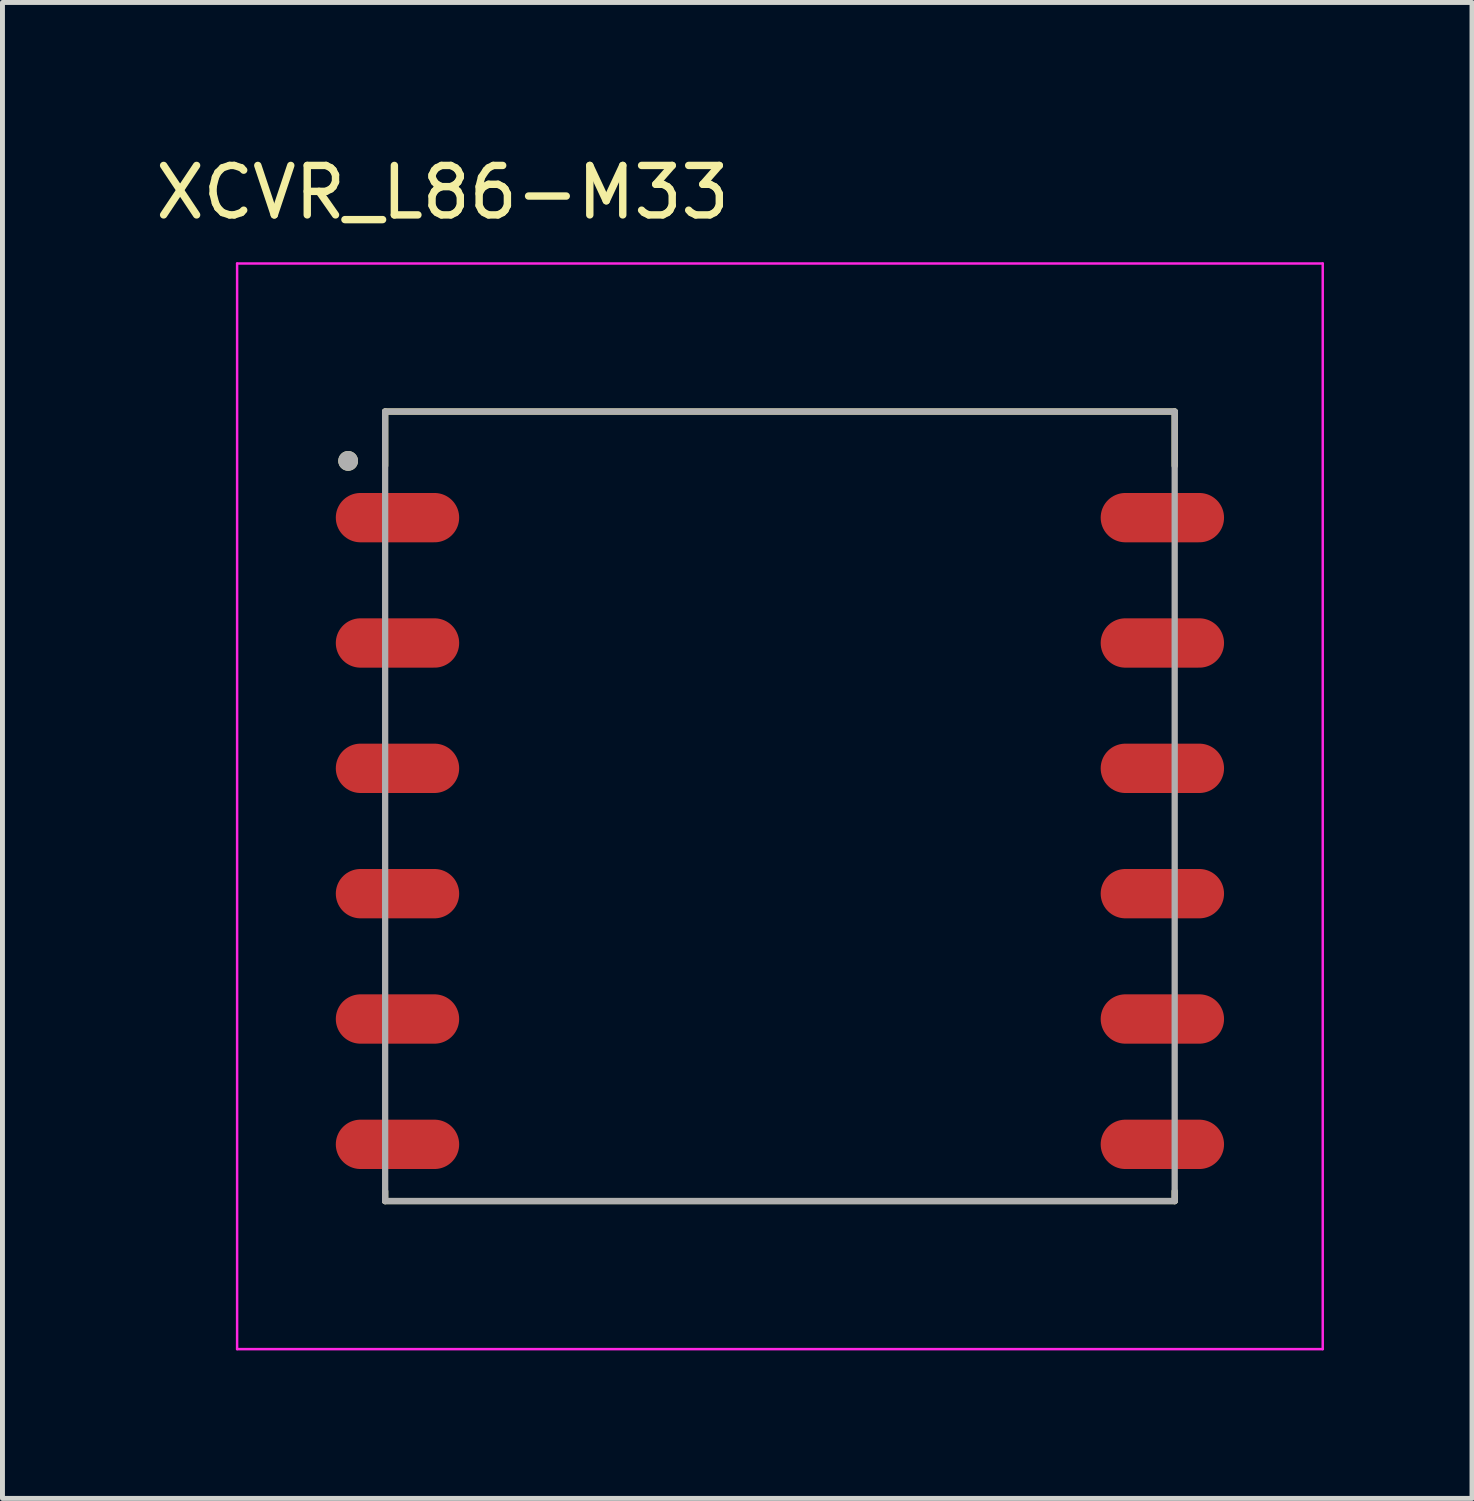
<source format=kicad_pcb>
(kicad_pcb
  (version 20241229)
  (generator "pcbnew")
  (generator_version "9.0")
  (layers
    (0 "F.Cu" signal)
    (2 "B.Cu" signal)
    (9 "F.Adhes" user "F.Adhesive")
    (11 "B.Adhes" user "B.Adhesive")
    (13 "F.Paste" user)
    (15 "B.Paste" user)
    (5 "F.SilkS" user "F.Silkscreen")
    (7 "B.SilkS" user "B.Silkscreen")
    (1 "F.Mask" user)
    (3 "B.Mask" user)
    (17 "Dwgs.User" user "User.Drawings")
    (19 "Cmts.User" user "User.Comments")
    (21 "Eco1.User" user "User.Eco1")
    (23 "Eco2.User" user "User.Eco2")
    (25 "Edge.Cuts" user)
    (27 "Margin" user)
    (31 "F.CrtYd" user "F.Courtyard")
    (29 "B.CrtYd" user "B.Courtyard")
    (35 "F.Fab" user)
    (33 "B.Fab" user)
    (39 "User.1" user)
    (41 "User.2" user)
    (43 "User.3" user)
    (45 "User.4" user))
  (footprint "XCVR_L86-M33"
    (layer "F.Cu")
    (at 12.755 13.79)
    (property "Reference" "XCVR_L86-M33" (at -6.835 -12.941 0) (layer "F.SilkS") (effects (font (size 1.002 1.002) (thickness 0.15))))
    (attr smd)
    (fp_line (start -8 -8.5) (end 8 -8.5) (stroke (width 0.127) (type solid)) (layer "F.SilkS"))
    (fp_line (start -8 -7.4) (end -8 -8.5) (stroke (width 0.127) (type solid)) (layer "F.SilkS"))
    (fp_line (start -8 7.3) (end -8 7.5) (stroke (width 0.127) (type solid)) (layer "F.SilkS"))
    (fp_line (start -8 7.5) (end 8 7.5) (stroke (width 0.127) (type solid)) (layer "F.SilkS"))
    (fp_line (start 8 -8.5) (end 8 -7.4) (stroke (width 0.127) (type solid)) (layer "F.SilkS"))
    (fp_line (start 8 7.5) (end 8 7.3) (stroke (width 0.127) (type solid)) (layer "F.SilkS"))
    (fp_circle (center -8.75 -7.5) (end -8.65 -7.5) (stroke (width 0.2) (type solid)) (fill no) (layer "F.SilkS"))
    (fp_poly (pts (xy 7.1 -6.85) (xy 8.9 -6.85) (xy 8.952 -6.847) (xy 9.004 -6.839) (xy 9.055 -6.826) (xy 9.103 -6.807) (xy 9.15 -6.783) (xy 9.194 -6.755) (xy 9.235 -6.722) (xy 9.272 -6.685) (xy 9.305 -6.644) (xy 9.333 -6.6) (xy 9.357 -6.553) (xy 9.376 -6.505) (xy 9.389 -6.454) (xy 9.397 -6.402) (xy 9.4 -6.35) (xy 9.397 -6.298) (xy 9.389 -6.246) (xy 9.376 -6.195) (xy 9.357 -6.147) (xy 9.333 -6.1) (xy 9.305 -6.056) (xy 9.272 -6.015) (xy 9.235 -5.978) (xy 9.194 -5.945) (xy 9.15 -5.917) (xy 9.103 -5.893) (xy 9.055 -5.874) (xy 9.004 -5.861) (xy 8.952 -5.853) (xy 8.9 -5.85) (xy 7.1 -5.85) (xy 7.048 -5.853) (xy 6.996 -5.861) (xy 6.945 -5.874) (xy 6.897 -5.893) (xy 6.85 -5.917) (xy 6.806 -5.945) (xy 6.765 -5.978) (xy 6.728 -6.015) (xy 6.695 -6.056) (xy 6.667 -6.1) (xy 6.643 -6.147) (xy 6.624 -6.195) (xy 6.611 -6.246) (xy 6.603 -6.298) (xy 6.6 -6.35) (xy 6.603 -6.402) (xy 6.611 -6.454) (xy 6.624 -6.505) (xy 6.643 -6.553) (xy 6.667 -6.6) (xy 6.695 -6.644) (xy 6.728 -6.685) (xy 6.765 -6.722) (xy 6.806 -6.755) (xy 6.85 -6.783) (xy 6.897 -6.807) (xy 6.945 -6.826) (xy 6.996 -6.839) (xy 7.048 -6.847) (xy 7.1 -6.85)) (stroke (width 0.01) (type solid)) (fill yes) (layer "F.Paste"))
    (fp_poly (pts (xy 7.1 -4.31) (xy 8.9 -4.31) (xy 8.952 -4.307) (xy 9.004 -4.299) (xy 9.055 -4.286) (xy 9.103 -4.267) (xy 9.15 -4.243) (xy 9.194 -4.215) (xy 9.235 -4.182) (xy 9.272 -4.145) (xy 9.305 -4.104) (xy 9.333 -4.06) (xy 9.357 -4.013) (xy 9.376 -3.965) (xy 9.389 -3.914) (xy 9.397 -3.862) (xy 9.4 -3.81) (xy 9.397 -3.758) (xy 9.389 -3.706) (xy 9.376 -3.655) (xy 9.357 -3.607) (xy 9.333 -3.56) (xy 9.305 -3.516) (xy 9.272 -3.475) (xy 9.235 -3.438) (xy 9.194 -3.405) (xy 9.15 -3.377) (xy 9.103 -3.353) (xy 9.055 -3.334) (xy 9.004 -3.321) (xy 8.952 -3.313) (xy 8.9 -3.31) (xy 7.1 -3.31) (xy 7.048 -3.313) (xy 6.996 -3.321) (xy 6.945 -3.334) (xy 6.897 -3.353) (xy 6.85 -3.377) (xy 6.806 -3.405) (xy 6.765 -3.438) (xy 6.728 -3.475) (xy 6.695 -3.516) (xy 6.667 -3.56) (xy 6.643 -3.607) (xy 6.624 -3.655) (xy 6.611 -3.706) (xy 6.603 -3.758) (xy 6.6 -3.81) (xy 6.603 -3.862) (xy 6.611 -3.914) (xy 6.624 -3.965) (xy 6.643 -4.013) (xy 6.667 -4.06) (xy 6.695 -4.104) (xy 6.728 -4.145) (xy 6.765 -4.182) (xy 6.806 -4.215) (xy 6.85 -4.243) (xy 6.897 -4.267) (xy 6.945 -4.286) (xy 6.996 -4.299) (xy 7.048 -4.307) (xy 7.1 -4.31)) (stroke (width 0.01) (type solid)) (fill yes) (layer "F.Paste"))
    (fp_poly (pts (xy 7.1 -1.77) (xy 8.9 -1.77) (xy 8.952 -1.767) (xy 9.004 -1.759) (xy 9.055 -1.746) (xy 9.103 -1.727) (xy 9.15 -1.703) (xy 9.194 -1.675) (xy 9.235 -1.642) (xy 9.272 -1.605) (xy 9.305 -1.564) (xy 9.333 -1.52) (xy 9.357 -1.473) (xy 9.376 -1.425) (xy 9.389 -1.374) (xy 9.397 -1.322) (xy 9.4 -1.27) (xy 9.397 -1.218) (xy 9.389 -1.166) (xy 9.376 -1.115) (xy 9.357 -1.067) (xy 9.333 -1.02) (xy 9.305 -0.976) (xy 9.272 -0.935) (xy 9.235 -0.898) (xy 9.194 -0.865) (xy 9.15 -0.837) (xy 9.103 -0.813) (xy 9.055 -0.794) (xy 9.004 -0.781) (xy 8.952 -0.773) (xy 8.9 -0.77) (xy 7.1 -0.77) (xy 7.048 -0.773) (xy 6.996 -0.781) (xy 6.945 -0.794) (xy 6.897 -0.813) (xy 6.85 -0.837) (xy 6.806 -0.865) (xy 6.765 -0.898) (xy 6.728 -0.935) (xy 6.695 -0.976) (xy 6.667 -1.02) (xy 6.643 -1.067) (xy 6.624 -1.115) (xy 6.611 -1.166) (xy 6.603 -1.218) (xy 6.6 -1.27) (xy 6.603 -1.322) (xy 6.611 -1.374) (xy 6.624 -1.425) (xy 6.643 -1.473) (xy 6.667 -1.52) (xy 6.695 -1.564) (xy 6.728 -1.605) (xy 6.765 -1.642) (xy 6.806 -1.675) (xy 6.85 -1.703) (xy 6.897 -1.727) (xy 6.945 -1.746) (xy 6.996 -1.759) (xy 7.048 -1.767) (xy 7.1 -1.77)) (stroke (width 0.01) (type solid)) (fill yes) (layer "F.Paste"))
    (fp_poly (pts (xy 7.1 0.77) (xy 8.9 0.77) (xy 8.952 0.773) (xy 9.004 0.781) (xy 9.055 0.794) (xy 9.103 0.813) (xy 9.15 0.837) (xy 9.194 0.865) (xy 9.235 0.898) (xy 9.272 0.935) (xy 9.305 0.976) (xy 9.333 1.02) (xy 9.357 1.067) (xy 9.376 1.115) (xy 9.389 1.166) (xy 9.397 1.218) (xy 9.4 1.27) (xy 9.397 1.322) (xy 9.389 1.374) (xy 9.376 1.425) (xy 9.357 1.473) (xy 9.333 1.52) (xy 9.305 1.564) (xy 9.272 1.605) (xy 9.235 1.642) (xy 9.194 1.675) (xy 9.15 1.703) (xy 9.103 1.727) (xy 9.055 1.746) (xy 9.004 1.759) (xy 8.952 1.767) (xy 8.9 1.77) (xy 7.1 1.77) (xy 7.048 1.767) (xy 6.996 1.759) (xy 6.945 1.746) (xy 6.897 1.727) (xy 6.85 1.703) (xy 6.806 1.675) (xy 6.765 1.642) (xy 6.728 1.605) (xy 6.695 1.564) (xy 6.667 1.52) (xy 6.643 1.473) (xy 6.624 1.425) (xy 6.611 1.374) (xy 6.603 1.322) (xy 6.6 1.27) (xy 6.603 1.218) (xy 6.611 1.166) (xy 6.624 1.115) (xy 6.643 1.067) (xy 6.667 1.02) (xy 6.695 0.976) (xy 6.728 0.935) (xy 6.765 0.898) (xy 6.806 0.865) (xy 6.85 0.837) (xy 6.897 0.813) (xy 6.945 0.794) (xy 6.996 0.781) (xy 7.048 0.773) (xy 7.1 0.77)) (stroke (width 0.01) (type solid)) (fill yes) (layer "F.Paste"))
    (fp_poly (pts (xy 7.1 3.31) (xy 8.9 3.31) (xy 8.952 3.313) (xy 9.004 3.321) (xy 9.055 3.334) (xy 9.103 3.353) (xy 9.15 3.377) (xy 9.194 3.405) (xy 9.235 3.438) (xy 9.272 3.475) (xy 9.305 3.516) (xy 9.333 3.56) (xy 9.357 3.607) (xy 9.376 3.655) (xy 9.389 3.706) (xy 9.397 3.758) (xy 9.4 3.81) (xy 9.397 3.862) (xy 9.389 3.914) (xy 9.376 3.965) (xy 9.357 4.013) (xy 9.333 4.06) (xy 9.305 4.104) (xy 9.272 4.145) (xy 9.235 4.182) (xy 9.194 4.215) (xy 9.15 4.243) (xy 9.103 4.267) (xy 9.055 4.286) (xy 9.004 4.299) (xy 8.952 4.307) (xy 8.9 4.31) (xy 7.1 4.31) (xy 7.048 4.307) (xy 6.996 4.299) (xy 6.945 4.286) (xy 6.897 4.267) (xy 6.85 4.243) (xy 6.806 4.215) (xy 6.765 4.182) (xy 6.728 4.145) (xy 6.695 4.104) (xy 6.667 4.06) (xy 6.643 4.013) (xy 6.624 3.965) (xy 6.611 3.914) (xy 6.603 3.862) (xy 6.6 3.81) (xy 6.603 3.758) (xy 6.611 3.706) (xy 6.624 3.655) (xy 6.643 3.607) (xy 6.667 3.56) (xy 6.695 3.516) (xy 6.728 3.475) (xy 6.765 3.438) (xy 6.806 3.405) (xy 6.85 3.377) (xy 6.897 3.353) (xy 6.945 3.334) (xy 6.996 3.321) (xy 7.048 3.313) (xy 7.1 3.31)) (stroke (width 0.01) (type solid)) (fill yes) (layer "F.Paste"))
    (fp_poly (pts (xy 7.1 5.85) (xy 8.9 5.85) (xy 8.952 5.853) (xy 9.004 5.861) (xy 9.055 5.874) (xy 9.103 5.893) (xy 9.15 5.917) (xy 9.194 5.945) (xy 9.235 5.978) (xy 9.272 6.015) (xy 9.305 6.056) (xy 9.333 6.1) (xy 9.357 6.147) (xy 9.376 6.195) (xy 9.389 6.246) (xy 9.397 6.298) (xy 9.4 6.35) (xy 9.397 6.402) (xy 9.389 6.454) (xy 9.376 6.505) (xy 9.357 6.553) (xy 9.333 6.6) (xy 9.305 6.644) (xy 9.272 6.685) (xy 9.235 6.722) (xy 9.194 6.755) (xy 9.15 6.783) (xy 9.103 6.807) (xy 9.055 6.826) (xy 9.004 6.839) (xy 8.952 6.847) (xy 8.9 6.85) (xy 7.1 6.85) (xy 7.048 6.847) (xy 6.996 6.839) (xy 6.945 6.826) (xy 6.897 6.807) (xy 6.85 6.783) (xy 6.806 6.755) (xy 6.765 6.722) (xy 6.728 6.685) (xy 6.695 6.644) (xy 6.667 6.6) (xy 6.643 6.553) (xy 6.624 6.505) (xy 6.611 6.454) (xy 6.603 6.402) (xy 6.6 6.35) (xy 6.603 6.298) (xy 6.611 6.246) (xy 6.624 6.195) (xy 6.643 6.147) (xy 6.667 6.1) (xy 6.695 6.056) (xy 6.728 6.015) (xy 6.765 5.978) (xy 6.806 5.945) (xy 6.85 5.917) (xy 6.897 5.893) (xy 6.945 5.874) (xy 6.996 5.861) (xy 7.048 5.853) (xy 7.1 5.85)) (stroke (width 0.01) (type solid)) (fill yes) (layer "F.Paste"))
    (fp_poly (pts (xy -8 -6.85) (xy -7.2 -6.85) (xy -7.1 -6.85) (xy -7.048 -6.847) (xy -6.996 -6.839) (xy -6.945 -6.826) (xy -6.897 -6.807) (xy -6.85 -6.783) (xy -6.806 -6.755) (xy -6.765 -6.722) (xy -6.728 -6.685) (xy -6.695 -6.644) (xy -6.667 -6.6) (xy -6.643 -6.553) (xy -6.624 -6.505) (xy -6.611 -6.454) (xy -6.603 -6.402) (xy -6.6 -6.35) (xy -6.603 -6.298) (xy -6.611 -6.246) (xy -6.624 -6.195) (xy -6.643 -6.147) (xy -6.667 -6.1) (xy -6.695 -6.056) (xy -6.728 -6.015) (xy -6.765 -5.978) (xy -6.806 -5.945) (xy -6.85 -5.917) (xy -6.897 -5.893) (xy -6.945 -5.874) (xy -6.996 -5.861) (xy -7.048 -5.853) (xy -7.1 -5.85) (xy -8.9 -5.85) (xy -8.952 -5.853) (xy -9.004 -5.861) (xy -9.055 -5.874) (xy -9.103 -5.893) (xy -9.15 -5.917) (xy -9.194 -5.945) (xy -9.235 -5.978) (xy -9.272 -6.015) (xy -9.305 -6.056) (xy -9.333 -6.1) (xy -9.357 -6.147) (xy -9.376 -6.195) (xy -9.389 -6.246) (xy -9.397 -6.298) (xy -9.4 -6.35) (xy -9.397 -6.402) (xy -9.389 -6.454) (xy -9.376 -6.505) (xy -9.357 -6.553) (xy -9.333 -6.6) (xy -9.305 -6.644) (xy -9.272 -6.685) (xy -9.235 -6.722) (xy -9.194 -6.755) (xy -9.15 -6.783) (xy -9.103 -6.807) (xy -9.055 -6.826) (xy -9.004 -6.839) (xy -8.952 -6.847) (xy -8.9 -6.85) (xy -8 -6.85)) (stroke (width 0.01) (type solid)) (fill yes) (layer "F.Paste"))
    (fp_poly (pts (xy -8 -4.31) (xy -7.2 -4.31) (xy -7.1 -4.31) (xy -7.048 -4.307) (xy -6.996 -4.299) (xy -6.945 -4.286) (xy -6.897 -4.267) (xy -6.85 -4.243) (xy -6.806 -4.215) (xy -6.765 -4.182) (xy -6.728 -4.145) (xy -6.695 -4.104) (xy -6.667 -4.06) (xy -6.643 -4.013) (xy -6.624 -3.965) (xy -6.611 -3.914) (xy -6.603 -3.862) (xy -6.6 -3.81) (xy -6.603 -3.758) (xy -6.611 -3.706) (xy -6.624 -3.655) (xy -6.643 -3.607) (xy -6.667 -3.56) (xy -6.695 -3.516) (xy -6.728 -3.475) (xy -6.765 -3.438) (xy -6.806 -3.405) (xy -6.85 -3.377) (xy -6.897 -3.353) (xy -6.945 -3.334) (xy -6.996 -3.321) (xy -7.048 -3.313) (xy -7.1 -3.31) (xy -8.9 -3.31) (xy -8.952 -3.313) (xy -9.004 -3.321) (xy -9.055 -3.334) (xy -9.103 -3.353) (xy -9.15 -3.377) (xy -9.194 -3.405) (xy -9.235 -3.438) (xy -9.272 -3.475) (xy -9.305 -3.516) (xy -9.333 -3.56) (xy -9.357 -3.607) (xy -9.376 -3.655) (xy -9.389 -3.706) (xy -9.397 -3.758) (xy -9.4 -3.81) (xy -9.397 -3.862) (xy -9.389 -3.914) (xy -9.376 -3.965) (xy -9.357 -4.013) (xy -9.333 -4.06) (xy -9.305 -4.104) (xy -9.272 -4.145) (xy -9.235 -4.182) (xy -9.194 -4.215) (xy -9.15 -4.243) (xy -9.103 -4.267) (xy -9.055 -4.286) (xy -9.004 -4.299) (xy -8.952 -4.307) (xy -8.9 -4.31) (xy -8 -4.31)) (stroke (width 0.01) (type solid)) (fill yes) (layer "F.Paste"))
    (fp_poly (pts (xy -8 -1.77) (xy -7.2 -1.77) (xy -7.1 -1.77) (xy -7.048 -1.767) (xy -6.996 -1.759) (xy -6.945 -1.746) (xy -6.897 -1.727) (xy -6.85 -1.703) (xy -6.806 -1.675) (xy -6.765 -1.642) (xy -6.728 -1.605) (xy -6.695 -1.564) (xy -6.667 -1.52) (xy -6.643 -1.473) (xy -6.624 -1.425) (xy -6.611 -1.374) (xy -6.603 -1.322) (xy -6.6 -1.27) (xy -6.603 -1.218) (xy -6.611 -1.166) (xy -6.624 -1.115) (xy -6.643 -1.067) (xy -6.667 -1.02) (xy -6.695 -0.976) (xy -6.728 -0.935) (xy -6.765 -0.898) (xy -6.806 -0.865) (xy -6.85 -0.837) (xy -6.897 -0.813) (xy -6.945 -0.794) (xy -6.996 -0.781) (xy -7.048 -0.773) (xy -7.1 -0.77) (xy -8.9 -0.77) (xy -8.952 -0.773) (xy -9.004 -0.781) (xy -9.055 -0.794) (xy -9.103 -0.813) (xy -9.15 -0.837) (xy -9.194 -0.865) (xy -9.235 -0.898) (xy -9.272 -0.935) (xy -9.305 -0.976) (xy -9.333 -1.02) (xy -9.357 -1.067) (xy -9.376 -1.115) (xy -9.389 -1.166) (xy -9.397 -1.218) (xy -9.4 -1.27) (xy -9.397 -1.322) (xy -9.389 -1.374) (xy -9.376 -1.425) (xy -9.357 -1.473) (xy -9.333 -1.52) (xy -9.305 -1.564) (xy -9.272 -1.605) (xy -9.235 -1.642) (xy -9.194 -1.675) (xy -9.15 -1.703) (xy -9.103 -1.727) (xy -9.055 -1.746) (xy -9.004 -1.759) (xy -8.952 -1.767) (xy -8.9 -1.77) (xy -8 -1.77)) (stroke (width 0.01) (type solid)) (fill yes) (layer "F.Paste"))
    (fp_poly (pts (xy -8 0.77) (xy -7.2 0.77) (xy -7.1 0.77) (xy -7.048 0.773) (xy -6.996 0.781) (xy -6.945 0.794) (xy -6.897 0.813) (xy -6.85 0.837) (xy -6.806 0.865) (xy -6.765 0.898) (xy -6.728 0.935) (xy -6.695 0.976) (xy -6.667 1.02) (xy -6.643 1.067) (xy -6.624 1.115) (xy -6.611 1.166) (xy -6.603 1.218) (xy -6.6 1.27) (xy -6.603 1.322) (xy -6.611 1.374) (xy -6.624 1.425) (xy -6.643 1.473) (xy -6.667 1.52) (xy -6.695 1.564) (xy -6.728 1.605) (xy -6.765 1.642) (xy -6.806 1.675) (xy -6.85 1.703) (xy -6.897 1.727) (xy -6.945 1.746) (xy -6.996 1.759) (xy -7.048 1.767) (xy -7.1 1.77) (xy -8.9 1.77) (xy -8.952 1.767) (xy -9.004 1.759) (xy -9.055 1.746) (xy -9.103 1.727) (xy -9.15 1.703) (xy -9.194 1.675) (xy -9.235 1.642) (xy -9.272 1.605) (xy -9.305 1.564) (xy -9.333 1.52) (xy -9.357 1.473) (xy -9.376 1.425) (xy -9.389 1.374) (xy -9.397 1.322) (xy -9.4 1.27) (xy -9.397 1.218) (xy -9.389 1.166) (xy -9.376 1.115) (xy -9.357 1.067) (xy -9.333 1.02) (xy -9.305 0.976) (xy -9.272 0.935) (xy -9.235 0.898) (xy -9.194 0.865) (xy -9.15 0.837) (xy -9.103 0.813) (xy -9.055 0.794) (xy -9.004 0.781) (xy -8.952 0.773) (xy -8.9 0.77) (xy -8 0.77)) (stroke (width 0.01) (type solid)) (fill yes) (layer "F.Paste"))
    (fp_poly (pts (xy -8 3.31) (xy -7.2 3.31) (xy -7.1 3.31) (xy -7.048 3.313) (xy -6.996 3.321) (xy -6.945 3.334) (xy -6.897 3.353) (xy -6.85 3.377) (xy -6.806 3.405) (xy -6.765 3.438) (xy -6.728 3.475) (xy -6.695 3.516) (xy -6.667 3.56) (xy -6.643 3.607) (xy -6.624 3.655) (xy -6.611 3.706) (xy -6.603 3.758) (xy -6.6 3.81) (xy -6.603 3.862) (xy -6.611 3.914) (xy -6.624 3.965) (xy -6.643 4.013) (xy -6.667 4.06) (xy -6.695 4.104) (xy -6.728 4.145) (xy -6.765 4.182) (xy -6.806 4.215) (xy -6.85 4.243) (xy -6.897 4.267) (xy -6.945 4.286) (xy -6.996 4.299) (xy -7.048 4.307) (xy -7.1 4.31) (xy -8.9 4.31) (xy -8.952 4.307) (xy -9.004 4.299) (xy -9.055 4.286) (xy -9.103 4.267) (xy -9.15 4.243) (xy -9.194 4.215) (xy -9.235 4.182) (xy -9.272 4.145) (xy -9.305 4.104) (xy -9.333 4.06) (xy -9.357 4.013) (xy -9.376 3.965) (xy -9.389 3.914) (xy -9.397 3.862) (xy -9.4 3.81) (xy -9.397 3.758) (xy -9.389 3.706) (xy -9.376 3.655) (xy -9.357 3.607) (xy -9.333 3.56) (xy -9.305 3.516) (xy -9.272 3.475) (xy -9.235 3.438) (xy -9.194 3.405) (xy -9.15 3.377) (xy -9.103 3.353) (xy -9.055 3.334) (xy -9.004 3.321) (xy -8.952 3.313) (xy -8.9 3.31) (xy -8 3.31)) (stroke (width 0.01) (type solid)) (fill yes) (layer "F.Paste"))
    (fp_poly (pts (xy -8 5.85) (xy -7.2 5.85) (xy -7.1 5.85) (xy -7.048 5.853) (xy -6.996 5.861) (xy -6.945 5.874) (xy -6.897 5.893) (xy -6.85 5.917) (xy -6.806 5.945) (xy -6.765 5.978) (xy -6.728 6.015) (xy -6.695 6.056) (xy -6.667 6.1) (xy -6.643 6.147) (xy -6.624 6.195) (xy -6.611 6.246) (xy -6.603 6.298) (xy -6.6 6.35) (xy -6.603 6.402) (xy -6.611 6.454) (xy -6.624 6.505) (xy -6.643 6.553) (xy -6.667 6.6) (xy -6.695 6.644) (xy -6.728 6.685) (xy -6.765 6.722) (xy -6.806 6.755) (xy -6.85 6.783) (xy -6.897 6.807) (xy -6.945 6.826) (xy -6.996 6.839) (xy -7.048 6.847) (xy -7.1 6.85) (xy -8.9 6.85) (xy -8.952 6.847) (xy -9.004 6.839) (xy -9.055 6.826) (xy -9.103 6.807) (xy -9.15 6.783) (xy -9.194 6.755) (xy -9.235 6.722) (xy -9.272 6.685) (xy -9.305 6.644) (xy -9.333 6.6) (xy -9.357 6.553) (xy -9.376 6.505) (xy -9.389 6.454) (xy -9.397 6.402) (xy -9.4 6.35) (xy -9.397 6.298) (xy -9.389 6.246) (xy -9.376 6.195) (xy -9.357 6.147) (xy -9.333 6.1) (xy -9.305 6.056) (xy -9.272 6.015) (xy -9.235 5.978) (xy -9.194 5.945) (xy -9.15 5.917) (xy -9.103 5.893) (xy -9.055 5.874) (xy -9.004 5.861) (xy -8.952 5.853) (xy -8.9 5.85) (xy -8 5.85)) (stroke (width 0.01) (type solid)) (fill yes) (layer "F.Paste"))
    (fp_line (start -11 -11.5) (end 11 -11.5) (stroke (width 0.05) (type solid)) (layer "F.CrtYd"))
    (fp_line (start -11 10.5) (end -11 -11.5) (stroke (width 0.05) (type solid)) (layer "F.CrtYd"))
    (fp_line (start 11 -11.5) (end 11 10.5) (stroke (width 0.05) (type solid)) (layer "F.CrtYd"))
    (fp_line (start 11 10.5) (end -11 10.5) (stroke (width 0.05) (type solid)) (layer "F.CrtYd"))
    (fp_line (start -8 -8.5) (end -8 7.5) (stroke (width 0.127) (type solid)) (layer "F.Fab"))
    (fp_line (start -8 7.5) (end 8 7.5) (stroke (width 0.127) (type solid)) (layer "F.Fab"))
    (fp_line (start 8 -8.5) (end -8 -8.5) (stroke (width 0.127) (type solid)) (layer "F.Fab"))
    (fp_line (start 8 7.5) (end 8 -8.5) (stroke (width 0.127) (type solid)) (layer "F.Fab"))
    (fp_circle (center -8.75 -7.5) (end -8.65 -7.5) (stroke (width 0.2) (type solid)) (fill no) (layer "F.Fab"))
    (pad "1" smd oval (at -7.75 -6.35) (size 2.5 1) (layers "F.Cu" "F.Mask"))
    (pad "2" smd oval (at -7.75 -3.81) (size 2.5 1) (layers "F.Cu" "F.Mask"))
    (pad "3" smd oval (at -7.75 -1.27) (size 2.5 1) (layers "F.Cu" "F.Mask"))
    (pad "4" smd oval (at -7.75 1.27) (size 2.5 1) (layers "F.Cu" "F.Mask"))
    (pad "5" smd oval (at -7.75 3.81) (size 2.5 1) (layers "F.Cu" "F.Mask"))
    (pad "6" smd oval (at -7.75 6.35) (size 2.5 1) (layers "F.Cu" "F.Mask"))
    (pad "7" smd oval (at 7.75 6.35) (size 2.5 1) (layers "F.Cu" "F.Mask"))
    (pad "8" smd oval (at 7.75 3.81) (size 2.5 1) (layers "F.Cu" "F.Mask"))
    (pad "9" smd oval (at 7.75 1.27) (size 2.5 1) (layers "F.Cu" "F.Mask"))
    (pad "10" smd oval (at 7.75 -1.27) (size 2.5 1) (layers "F.Cu" "F.Mask"))
    (pad "11" smd oval (at 7.75 -3.81) (size 2.5 1) (layers "F.Cu" "F.Mask"))
    (pad "12" smd oval (at 7.75 -6.35) (size 2.5 1) (layers "F.Cu" "F.Mask")))
  (gr_rect
    (start -3 -3)
    (end 26.78 27.315)
    (stroke (width 0.1) (type default))
    (fill no)
    (layer "Edge.Cuts")))
</source>
